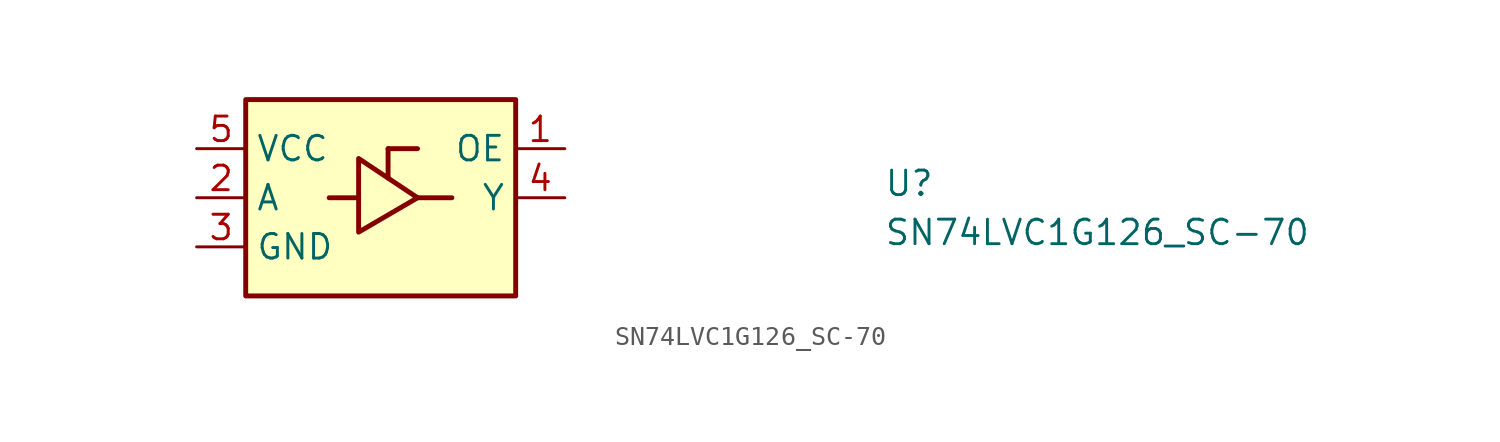
<source format=kicad_sym>
(kicad_symbol_lib
  (version 20211014)
  (generator kicad_symbol_editor)
  (symbol "SN74LVC1G126_SC-70"
    (property "Reference" "U"
      (at 35.56 -2.54 0)
      (effects (font (size 1.27 1.27) (thickness 0.15)) (justify left bottom)))
    (property "Value" "SN74LVC1G126_SC-70"
      (at 35.56 -5.08 0)
      (effects (font (size 1.27 1.27) (thickness 0.15)) (justify left bottom)))
    (symbol "SN74LVC1G126_SC-70_1_1"
      (polyline (pts (xy 8.382 -2.54) (xy 6.858 -2.54)) (stroke (width 0.254) (type default) (color 0 0 0 0)) (fill (type background)))
      (polyline (pts (xy 9.906 -1.524) (xy 9.906 0)) (stroke (width 0.254) (type default) (color 0 0 0 0)) (fill (type background)))
      (polyline (pts (xy 9.906 0) (xy 11.43 0)) (stroke (width 0.254) (type default) (color 0 0 0 0)) (fill (type background)))
      (polyline (pts (xy 11.43 -2.54) (xy 13.208 -2.54)) (stroke (width 0.254) (type default) (color 0 0 0 0)) (fill (type background)))
      (polyline (pts (xy 8.382 -4.318) (xy 11.43 -2.54) (xy 8.382 -0.508) (xy 8.382 -4.318)) (stroke (width 0.254) (type default) (color 0 0 0 0)) (fill (type background)))
      (rectangle (start 2.54 2.54) (end 16.51 -7.62) (stroke (width 0.254) (type default) (color 0 0 0 0)) (fill (type background)))
      (pin passive line (at 19.05 0 180) (length 2.54) (name "OE" (effects (font (size 1.27 1.27)))) (number "1" (effects (font (size 1.27 1.27)))))
      (pin passive line (at 0 -2.54 0) (length 2.54) (name "A" (effects (font (size 1.27 1.27)))) (number "2" (effects (font (size 1.27 1.27)))))
      (pin passive line (at 0 -5.08 0) (length 2.54) (name "GND" (effects (font (size 1.27 1.27)))) (number "3" (effects (font (size 1.27 1.27)))))
      (pin passive line (at 19.05 -2.54 180) (length 2.54) (name "Y" (effects (font (size 1.27 1.27)))) (number "4" (effects (font (size 1.27 1.27)))))
      (pin passive line (at 0 0 0) (length 2.54) (name "VCC" (effects (font (size 1.27 1.27)))) (number "5" (effects (font (size 1.27 1.27))))))))
</source>
